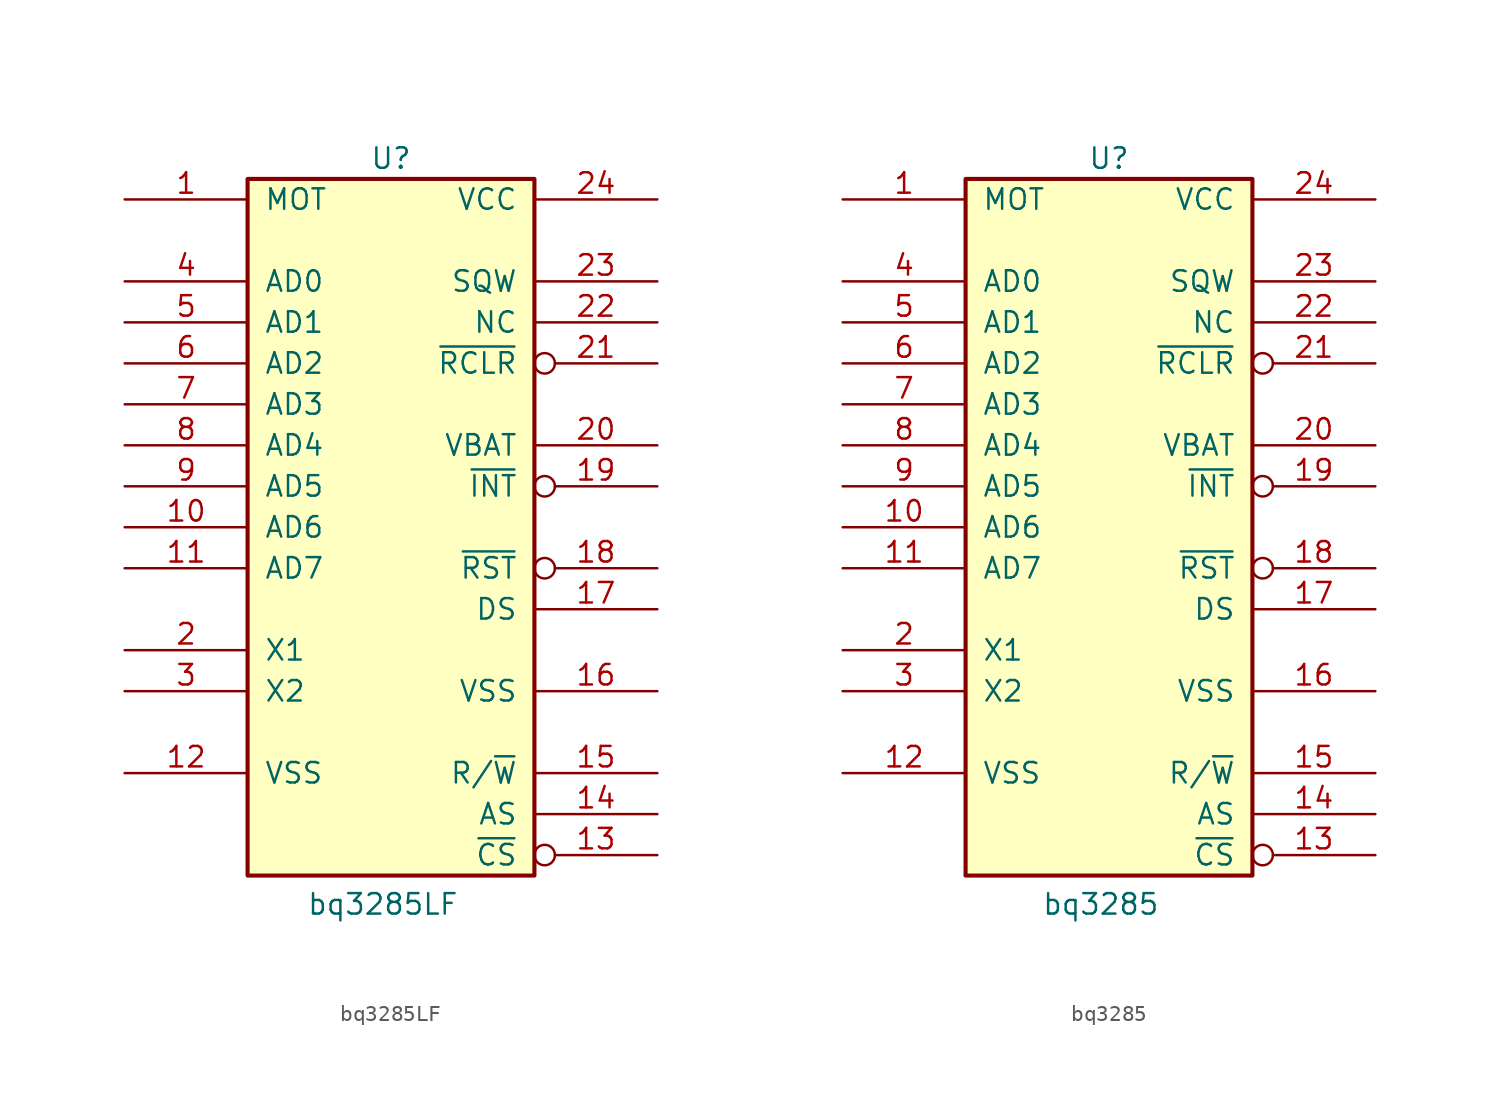
<source format=kicad_sym>
(kicad_symbol_lib
  (version 20231120)
  (generator "kicad_symbol_editor")
  (generator_version "8.0")
  (symbol "bq3285LF"
    (pin_names
      (offset 1.016))
    (property "Reference" "U"
      (at 0 22.86 0)
      (effects (font (size 1.27 1.27))))
    (property "Value" "bq3285LF"
      (at -0.508 -23.368 0)
      (effects (font (size 1.27 1.27))))
    (symbol "bq3285LF_0_1"
      (rectangle (start -8.89 21.59) (end 8.89 -21.59) (stroke (width 0.254) (type default)) (fill (type background))))
    (symbol "bq3285LF_1_1"
      (pin input line (at -16.51 20.32 0) (length 7.62) (name "MOT" (effects (font (size 1.27 1.27)))) (number "1" (effects (font (size 1.27 1.27)))))
      (pin bidirectional line (at -16.51 0 0) (length 7.62) (name "AD6" (effects (font (size 1.27 1.27)))) (number "10" (effects (font (size 1.27 1.27)))))
      (pin bidirectional line (at -16.51 -2.54 0) (length 7.62) (name "AD7" (effects (font (size 1.27 1.27)))) (number "11" (effects (font (size 1.27 1.27)))))
      (pin power_in line (at -16.51 -15.24 0) (length 7.62) (name "VSS" (effects (font (size 1.27 1.27)))) (number "12" (effects (font (size 1.27 1.27)))))
      (pin input inverted (at 16.51 -20.32 180) (length 7.62) (name "~{CS}" (effects (font (size 1.27 1.27)))) (number "13" (effects (font (size 1.27 1.27)))))
      (pin input line (at 16.51 -17.78 180) (length 7.62) (name "AS" (effects (font (size 1.27 1.27)))) (number "14" (effects (font (size 1.27 1.27)))))
      (pin input line (at 16.51 -15.24 180) (length 7.62) (name "R/~{W}" (effects (font (size 1.27 1.27)))) (number "15" (effects (font (size 1.27 1.27)))))
      (pin power_in line (at 16.51 -10.16 180) (length 7.62) (name "VSS" (effects (font (size 1.27 1.27)))) (number "16" (effects (font (size 1.27 1.27)))))
      (pin input line (at 16.51 -5.08 180) (length 7.62) (name "DS" (effects (font (size 1.27 1.27)))) (number "17" (effects (font (size 1.27 1.27)))))
      (pin input inverted (at 16.51 -2.54 180) (length 7.62) (name "~{RST}" (effects (font (size 1.27 1.27)))) (number "18" (effects (font (size 1.27 1.27)))))
      (pin open_emitter inverted (at 16.51 2.54 180) (length 7.62) (name "~{INT}" (effects (font (size 1.27 1.27)))) (number "19" (effects (font (size 1.27 1.27)))))
      (pin input line (at -16.51 -7.62 0) (length 7.62) (name "X1" (effects (font (size 1.27 1.27)))) (number "2" (effects (font (size 1.27 1.27)))))
      (pin power_in line (at 16.51 5.08 180) (length 7.62) (name "VBAT" (effects (font (size 1.27 1.27)))) (number "20" (effects (font (size 1.27 1.27)))))
      (pin input inverted (at 16.51 10.16 180) (length 7.62) (name "~{RCLR}" (effects (font (size 1.27 1.27)))) (number "21" (effects (font (size 1.27 1.27)))))
      (pin free line (at 16.51 12.7 180) (length 7.62) (name "NC" (effects (font (size 1.27 1.27)))) (number "22" (effects (font (size 1.27 1.27)))))
      (pin input line (at 16.51 15.24 180) (length 7.62) (name "SQW" (effects (font (size 1.27 1.27)))) (number "23" (effects (font (size 1.27 1.27)))))
      (pin power_in line (at 16.51 20.32 180) (length 7.62) (name "VCC" (effects (font (size 1.27 1.27)))) (number "24" (effects (font (size 1.27 1.27)))))
      (pin input line (at -16.51 -10.16 0) (length 7.62) (name "X2" (effects (font (size 1.27 1.27)))) (number "3" (effects (font (size 1.27 1.27)))))
      (pin bidirectional line (at -16.51 15.24 0) (length 7.62) (name "AD0" (effects (font (size 1.27 1.27)))) (number "4" (effects (font (size 1.27 1.27)))))
      (pin bidirectional line (at -16.51 12.7 0) (length 7.62) (name "AD1" (effects (font (size 1.27 1.27)))) (number "5" (effects (font (size 1.27 1.27)))))
      (pin bidirectional line (at -16.51 10.16 0) (length 7.62) (name "AD2" (effects (font (size 1.27 1.27)))) (number "6" (effects (font (size 1.27 1.27)))))
      (pin bidirectional line (at -16.51 7.62 0) (length 7.62) (name "AD3" (effects (font (size 1.27 1.27)))) (number "7" (effects (font (size 1.27 1.27)))))
      (pin bidirectional line (at -16.51 5.08 0) (length 7.62) (name "AD4" (effects (font (size 1.27 1.27)))) (number "8" (effects (font (size 1.27 1.27)))))
      (pin bidirectional line (at -16.51 2.54 0) (length 7.62) (name "AD5" (effects (font (size 1.27 1.27)))) (number "9" (effects (font (size 1.27 1.27)))))))
  (symbol "bq3285"
    (pin_names
      (offset 1.016))
    (property "Reference" "U"
      (at 0 22.86 0)
      (effects (font (size 1.27 1.27))))
    (property "Value" "bq3285"
      (at -0.508 -23.368 0)
      (effects (font (size 1.27 1.27))))
    (symbol "bq3285_0_1"
      (rectangle (start -8.89 21.59) (end 8.89 -21.59) (stroke (width 0.254) (type default)) (fill (type background))))
    (symbol "bq3285_1_1"
      (pin input line (at -16.51 20.32 0) (length 7.62) (name "MOT" (effects (font (size 1.27 1.27)))) (number "1" (effects (font (size 1.27 1.27)))))
      (pin bidirectional line (at -16.51 0 0) (length 7.62) (name "AD6" (effects (font (size 1.27 1.27)))) (number "10" (effects (font (size 1.27 1.27)))))
      (pin bidirectional line (at -16.51 -2.54 0) (length 7.62) (name "AD7" (effects (font (size 1.27 1.27)))) (number "11" (effects (font (size 1.27 1.27)))))
      (pin power_in line (at -16.51 -15.24 0) (length 7.62) (name "VSS" (effects (font (size 1.27 1.27)))) (number "12" (effects (font (size 1.27 1.27)))))
      (pin input inverted (at 16.51 -20.32 180) (length 7.62) (name "~{CS}" (effects (font (size 1.27 1.27)))) (number "13" (effects (font (size 1.27 1.27)))))
      (pin input line (at 16.51 -17.78 180) (length 7.62) (name "AS" (effects (font (size 1.27 1.27)))) (number "14" (effects (font (size 1.27 1.27)))))
      (pin input line (at 16.51 -15.24 180) (length 7.62) (name "R/~{W}" (effects (font (size 1.27 1.27)))) (number "15" (effects (font (size 1.27 1.27)))))
      (pin power_in line (at 16.51 -10.16 180) (length 7.62) (name "VSS" (effects (font (size 1.27 1.27)))) (number "16" (effects (font (size 1.27 1.27)))))
      (pin input line (at 16.51 -5.08 180) (length 7.62) (name "DS" (effects (font (size 1.27 1.27)))) (number "17" (effects (font (size 1.27 1.27)))))
      (pin input inverted (at 16.51 -2.54 180) (length 7.62) (name "~{RST}" (effects (font (size 1.27 1.27)))) (number "18" (effects (font (size 1.27 1.27)))))
      (pin open_emitter inverted (at 16.51 2.54 180) (length 7.62) (name "~{INT}" (effects (font (size 1.27 1.27)))) (number "19" (effects (font (size 1.27 1.27)))))
      (pin input line (at -16.51 -7.62 0) (length 7.62) (name "X1" (effects (font (size 1.27 1.27)))) (number "2" (effects (font (size 1.27 1.27)))))
      (pin power_in line (at 16.51 5.08 180) (length 7.62) (name "VBAT" (effects (font (size 1.27 1.27)))) (number "20" (effects (font (size 1.27 1.27)))))
      (pin input inverted (at 16.51 10.16 180) (length 7.62) (name "~{RCLR}" (effects (font (size 1.27 1.27)))) (number "21" (effects (font (size 1.27 1.27)))))
      (pin free line (at 16.51 12.7 180) (length 7.62) (name "NC" (effects (font (size 1.27 1.27)))) (number "22" (effects (font (size 1.27 1.27)))))
      (pin input line (at 16.51 15.24 180) (length 7.62) (name "SQW" (effects (font (size 1.27 1.27)))) (number "23" (effects (font (size 1.27 1.27)))))
      (pin power_in line (at 16.51 20.32 180) (length 7.62) (name "VCC" (effects (font (size 1.27 1.27)))) (number "24" (effects (font (size 1.27 1.27)))))
      (pin input line (at -16.51 -10.16 0) (length 7.62) (name "X2" (effects (font (size 1.27 1.27)))) (number "3" (effects (font (size 1.27 1.27)))))
      (pin bidirectional line (at -16.51 15.24 0) (length 7.62) (name "AD0" (effects (font (size 1.27 1.27)))) (number "4" (effects (font (size 1.27 1.27)))))
      (pin bidirectional line (at -16.51 12.7 0) (length 7.62) (name "AD1" (effects (font (size 1.27 1.27)))) (number "5" (effects (font (size 1.27 1.27)))))
      (pin bidirectional line (at -16.51 10.16 0) (length 7.62) (name "AD2" (effects (font (size 1.27 1.27)))) (number "6" (effects (font (size 1.27 1.27)))))
      (pin bidirectional line (at -16.51 7.62 0) (length 7.62) (name "AD3" (effects (font (size 1.27 1.27)))) (number "7" (effects (font (size 1.27 1.27)))))
      (pin bidirectional line (at -16.51 5.08 0) (length 7.62) (name "AD4" (effects (font (size 1.27 1.27)))) (number "8" (effects (font (size 1.27 1.27)))))
      (pin bidirectional line (at -16.51 2.54 0) (length 7.62) (name "AD5" (effects (font (size 1.27 1.27)))) (number "9" (effects (font (size 1.27 1.27))))))))
</source>
